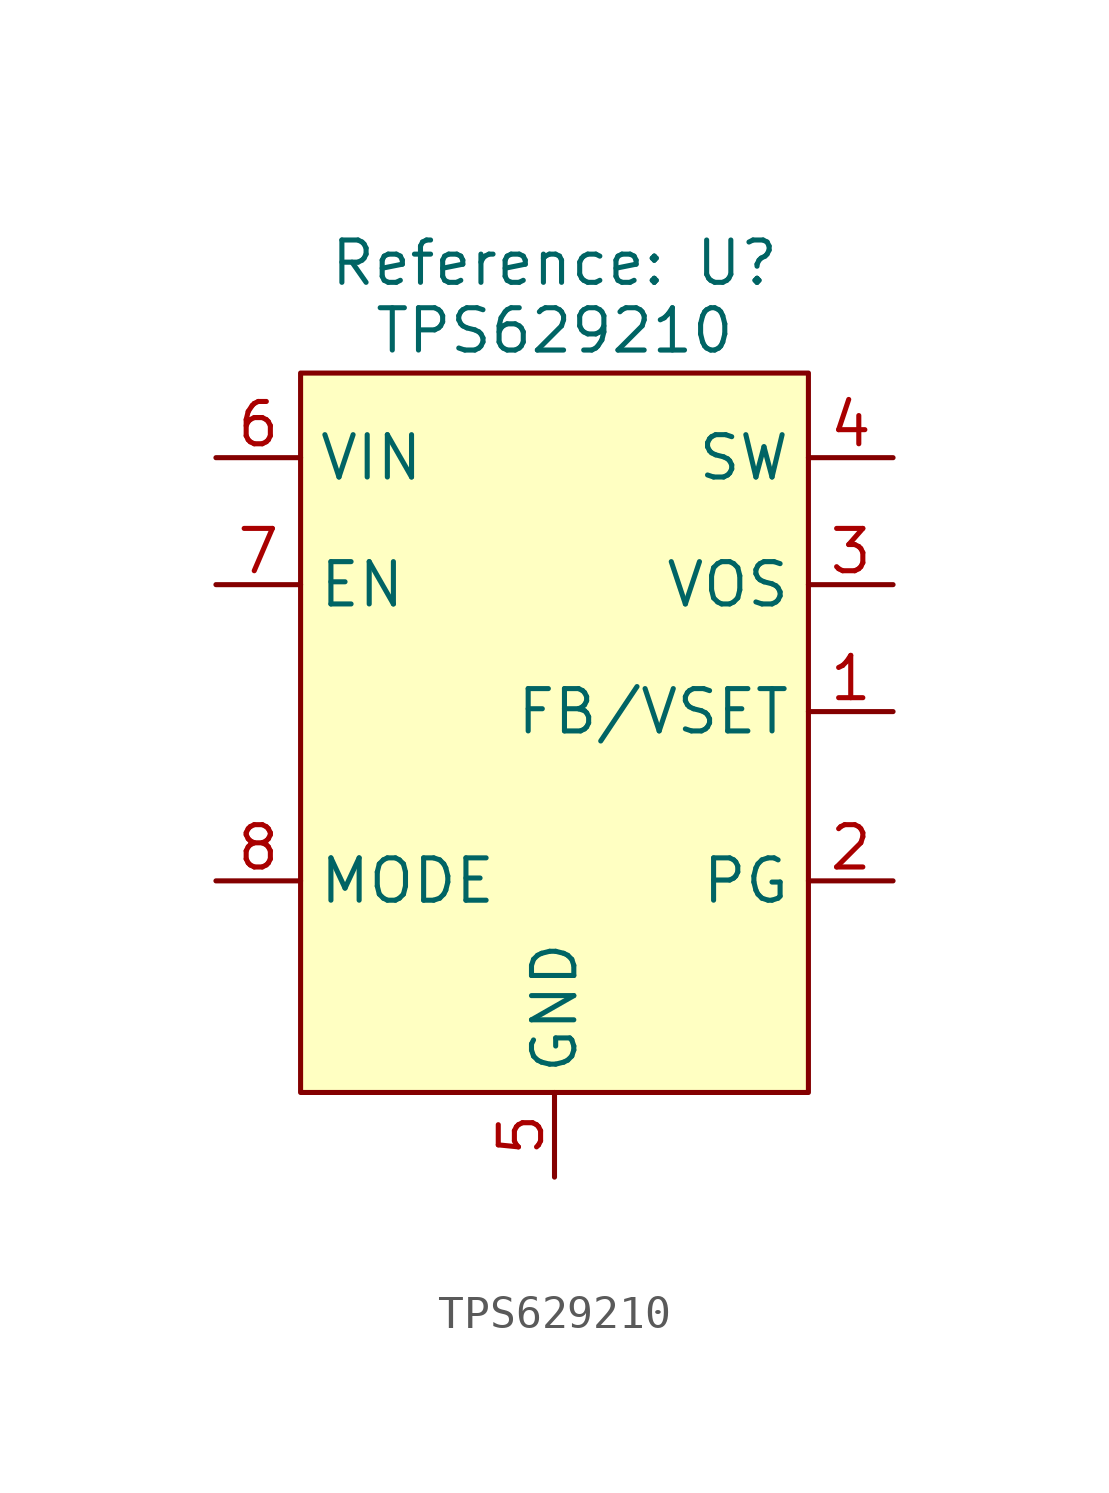
<source format=kicad_sym>
(kicad_symbol_lib
  (version 20231120)
  (generator "kicad_symbol_editor")
  (generator_version "8.0")
  (symbol "TPS629210"
    (property "Reference" "U"
      (at 0 2.032 0)
      (show_name)
      (effects (font (size 1.27 1.27))))
    (property "Value" "TPS629210"
      (at 0 0 0)
      (effects (font (size 1.27 1.27))))
    (symbol "TPS629210_1_1"
      (rectangle (start -7.62 -1.27) (end 7.62 -22.86) (stroke (width 0) (type default)) (fill (type background)))
      (pin bidirectional line (at 10.16 -11.43 180) (length 2.54) (name "FB/VSET" (effects (font (size 1.27 1.27)))) (number "1" (effects (font (size 1.27 1.27)))))
      (pin output line (at 10.16 -16.51 180) (length 2.54) (name "PG" (effects (font (size 1.27 1.27)))) (number "2" (effects (font (size 1.27 1.27)))))
      (pin power_out line (at 10.16 -7.62 180) (length 2.54) (name "VOS" (effects (font (size 1.27 1.27)))) (number "3" (effects (font (size 1.27 1.27)))))
      (pin power_out line (at 10.16 -3.81 180) (length 2.54) (name "SW" (effects (font (size 1.27 1.27)))) (number "4" (effects (font (size 1.27 1.27)))))
      (pin power_in line (at 0 -25.4 90) (length 2.54) (name "GND" (effects (font (size 1.27 1.27)))) (number "5" (effects (font (size 1.27 1.27)))))
      (pin power_in line (at -10.16 -3.81 0) (length 2.54) (name "VIN" (effects (font (size 1.27 1.27)))) (number "6" (effects (font (size 1.27 1.27)))))
      (pin input line (at -10.16 -7.62 0) (length 2.54) (name "EN" (effects (font (size 1.27 1.27)))) (number "7" (effects (font (size 1.27 1.27)))))
      (pin input line (at -10.16 -16.51 0) (length 2.54) (name "MODE" (effects (font (size 1.27 1.27)))) (number "8" (effects (font (size 1.27 1.27))))))))
</source>
